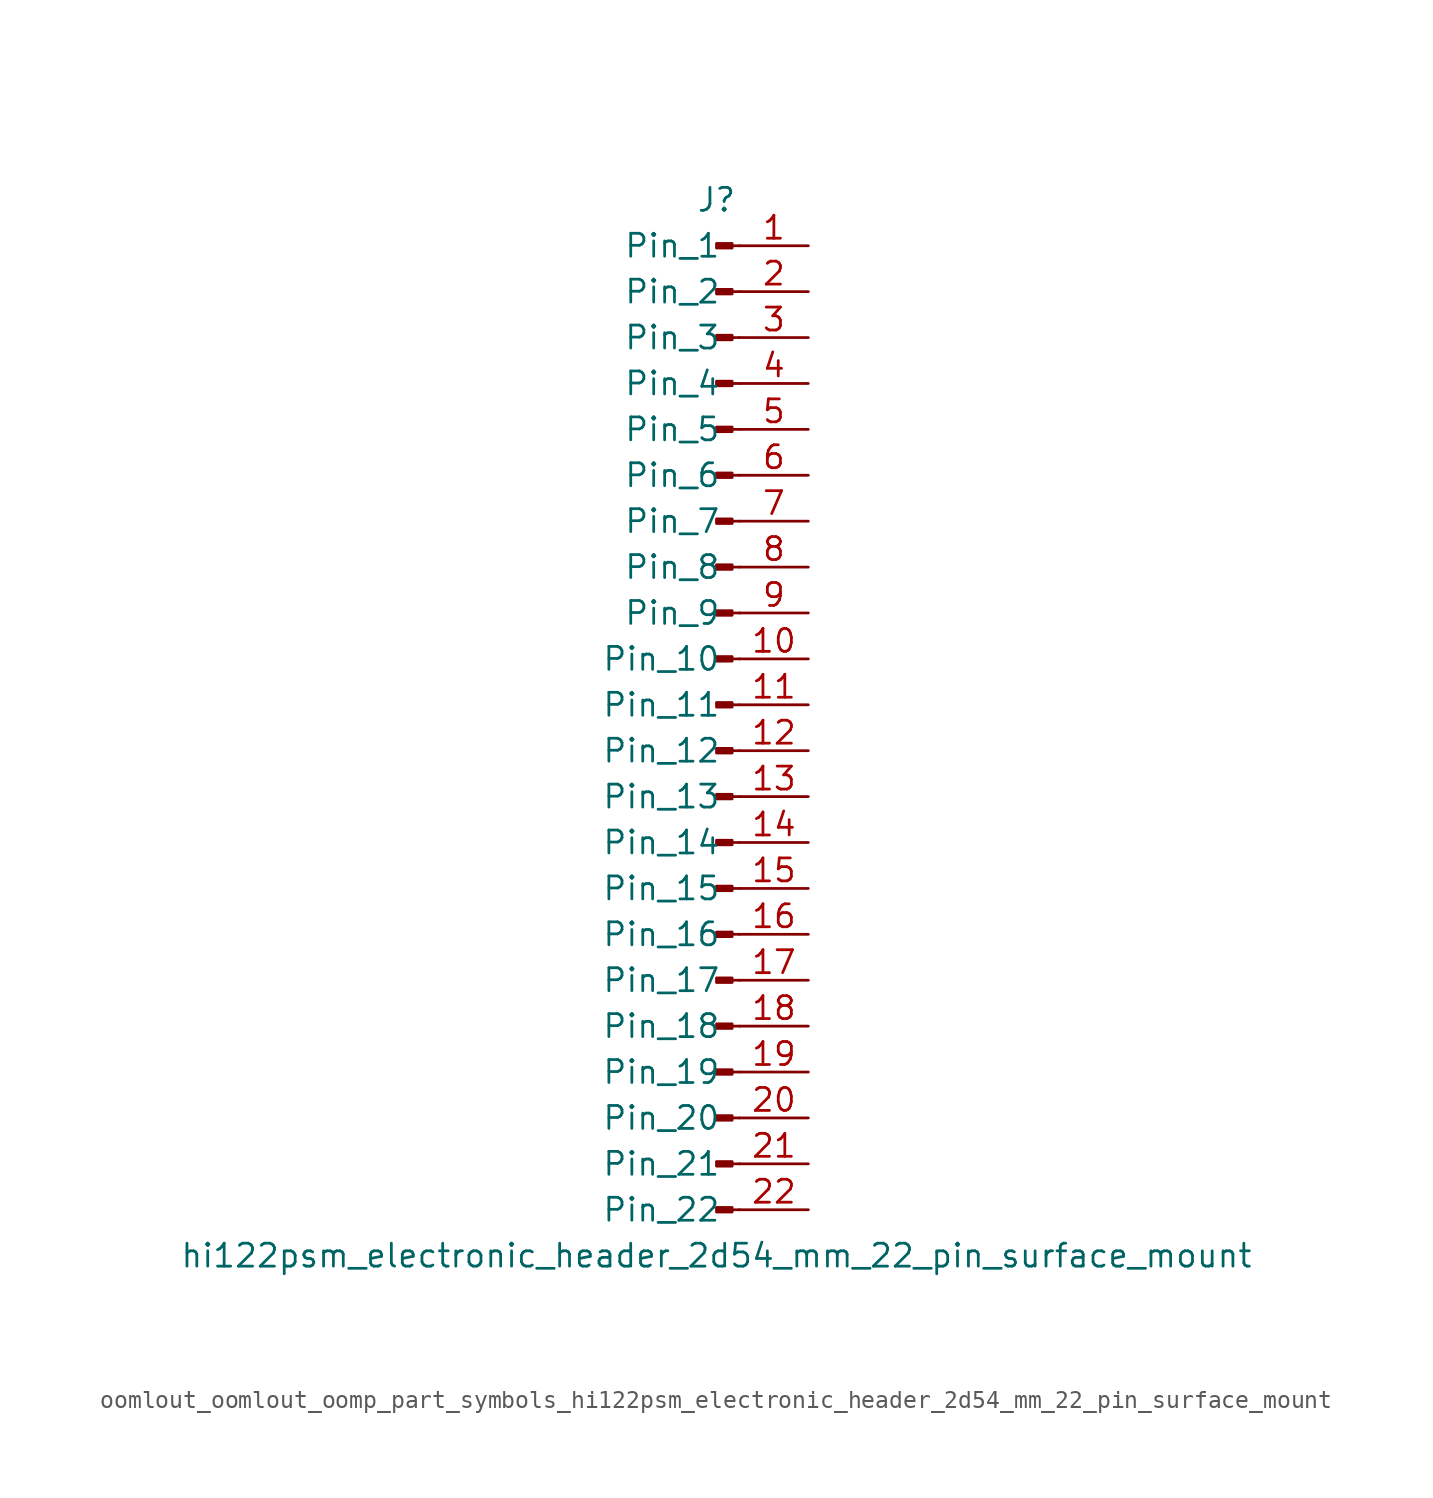
<source format=kicad_sym>
(kicad_symbol_lib
  (version 20220914)
  (generator kicad_symbol_editor)
  (symbol "oomlout_oomlout_oomp_part_symbols_hi122psm_electronic_header_2d54_mm_22_pin_surface_mount"
    (pin_names
      (offset 1.016))
    (property "Reference" "J"
      (at 0 27.94 0)
      (effects (font (size 1.27 1.27))))
    (property "Value" "hi122psm_electronic_header_2d54_mm_22_pin_surface_mount"
      (at 0 -30.48 0)
      (effects (font (size 1.27 1.27))))
    (property "ki_locked" ""
      (at 0 0 0)
      (effects (font (size 1.27 1.27))))
    (symbol "oomlout_oomlout_oomp_part_symbols_hi122psm_electronic_header_2d54_mm_22_pin_surface_mount_1_1"
      (polyline (pts (xy 1.27 -27.94) (xy 0.864 -27.94)) (stroke (width 0.152) (type default)) (fill (type none)))
      (polyline (pts (xy 1.27 -25.4) (xy 0.864 -25.4)) (stroke (width 0.152) (type default)) (fill (type none)))
      (polyline (pts (xy 1.27 -22.86) (xy 0.864 -22.86)) (stroke (width 0.152) (type default)) (fill (type none)))
      (polyline (pts (xy 1.27 -20.32) (xy 0.864 -20.32)) (stroke (width 0.152) (type default)) (fill (type none)))
      (polyline (pts (xy 1.27 -17.78) (xy 0.864 -17.78)) (stroke (width 0.152) (type default)) (fill (type none)))
      (polyline (pts (xy 1.27 -15.24) (xy 0.864 -15.24)) (stroke (width 0.152) (type default)) (fill (type none)))
      (polyline (pts (xy 1.27 -12.7) (xy 0.864 -12.7)) (stroke (width 0.152) (type default)) (fill (type none)))
      (polyline (pts (xy 1.27 -10.16) (xy 0.864 -10.16)) (stroke (width 0.152) (type default)) (fill (type none)))
      (polyline (pts (xy 1.27 -7.62) (xy 0.864 -7.62)) (stroke (width 0.152) (type default)) (fill (type none)))
      (polyline (pts (xy 1.27 -5.08) (xy 0.864 -5.08)) (stroke (width 0.152) (type default)) (fill (type none)))
      (polyline (pts (xy 1.27 -2.54) (xy 0.864 -2.54)) (stroke (width 0.152) (type default)) (fill (type none)))
      (polyline (pts (xy 1.27 0) (xy 0.864 0)) (stroke (width 0.152) (type default)) (fill (type none)))
      (polyline (pts (xy 1.27 2.54) (xy 0.864 2.54)) (stroke (width 0.152) (type default)) (fill (type none)))
      (polyline (pts (xy 1.27 5.08) (xy 0.864 5.08)) (stroke (width 0.152) (type default)) (fill (type none)))
      (polyline (pts (xy 1.27 7.62) (xy 0.864 7.62)) (stroke (width 0.152) (type default)) (fill (type none)))
      (polyline (pts (xy 1.27 10.16) (xy 0.864 10.16)) (stroke (width 0.152) (type default)) (fill (type none)))
      (polyline (pts (xy 1.27 12.7) (xy 0.864 12.7)) (stroke (width 0.152) (type default)) (fill (type none)))
      (polyline (pts (xy 1.27 15.24) (xy 0.864 15.24)) (stroke (width 0.152) (type default)) (fill (type none)))
      (polyline (pts (xy 1.27 17.78) (xy 0.864 17.78)) (stroke (width 0.152) (type default)) (fill (type none)))
      (polyline (pts (xy 1.27 20.32) (xy 0.864 20.32)) (stroke (width 0.152) (type default)) (fill (type none)))
      (polyline (pts (xy 1.27 22.86) (xy 0.864 22.86)) (stroke (width 0.152) (type default)) (fill (type none)))
      (polyline (pts (xy 1.27 25.4) (xy 0.864 25.4)) (stroke (width 0.152) (type default)) (fill (type none)))
      (rectangle (start 0.864 -27.813) (end 0 -28.067) (stroke (width 0.152) (type default)) (fill (type outline)))
      (rectangle (start 0.864 -25.273) (end 0 -25.527) (stroke (width 0.152) (type default)) (fill (type outline)))
      (rectangle (start 0.864 -22.733) (end 0 -22.987) (stroke (width 0.152) (type default)) (fill (type outline)))
      (rectangle (start 0.864 -20.193) (end 0 -20.447) (stroke (width 0.152) (type default)) (fill (type outline)))
      (rectangle (start 0.864 -17.653) (end 0 -17.907) (stroke (width 0.152) (type default)) (fill (type outline)))
      (rectangle (start 0.864 -15.113) (end 0 -15.367) (stroke (width 0.152) (type default)) (fill (type outline)))
      (rectangle (start 0.864 -12.573) (end 0 -12.827) (stroke (width 0.152) (type default)) (fill (type outline)))
      (rectangle (start 0.864 -10.033) (end 0 -10.287) (stroke (width 0.152) (type default)) (fill (type outline)))
      (rectangle (start 0.864 -7.493) (end 0 -7.747) (stroke (width 0.152) (type default)) (fill (type outline)))
      (rectangle (start 0.864 -4.953) (end 0 -5.207) (stroke (width 0.152) (type default)) (fill (type outline)))
      (rectangle (start 0.864 -2.413) (end 0 -2.667) (stroke (width 0.152) (type default)) (fill (type outline)))
      (rectangle (start 0.864 0.127) (end 0 -0.127) (stroke (width 0.152) (type default)) (fill (type outline)))
      (rectangle (start 0.864 2.667) (end 0 2.413) (stroke (width 0.152) (type default)) (fill (type outline)))
      (rectangle (start 0.864 5.207) (end 0 4.953) (stroke (width 0.152) (type default)) (fill (type outline)))
      (rectangle (start 0.864 7.747) (end 0 7.493) (stroke (width 0.152) (type default)) (fill (type outline)))
      (rectangle (start 0.864 10.287) (end 0 10.033) (stroke (width 0.152) (type default)) (fill (type outline)))
      (rectangle (start 0.864 12.827) (end 0 12.573) (stroke (width 0.152) (type default)) (fill (type outline)))
      (rectangle (start 0.864 15.367) (end 0 15.113) (stroke (width 0.152) (type default)) (fill (type outline)))
      (rectangle (start 0.864 17.907) (end 0 17.653) (stroke (width 0.152) (type default)) (fill (type outline)))
      (rectangle (start 0.864 20.447) (end 0 20.193) (stroke (width 0.152) (type default)) (fill (type outline)))
      (rectangle (start 0.864 22.987) (end 0 22.733) (stroke (width 0.152) (type default)) (fill (type outline)))
      (rectangle (start 0.864 25.527) (end 0 25.273) (stroke (width 0.152) (type default)) (fill (type outline)))
      (pin passive line (at 5.08 25.4 180) (length 3.81) (name "Pin_1" (effects (font (size 1.27 1.27)))) (number "1" (effects (font (size 1.27 1.27)))))
      (pin passive line (at 5.08 2.54 180) (length 3.81) (name "Pin_10" (effects (font (size 1.27 1.27)))) (number "10" (effects (font (size 1.27 1.27)))))
      (pin passive line (at 5.08 0 180) (length 3.81) (name "Pin_11" (effects (font (size 1.27 1.27)))) (number "11" (effects (font (size 1.27 1.27)))))
      (pin passive line (at 5.08 -2.54 180) (length 3.81) (name "Pin_12" (effects (font (size 1.27 1.27)))) (number "12" (effects (font (size 1.27 1.27)))))
      (pin passive line (at 5.08 -5.08 180) (length 3.81) (name "Pin_13" (effects (font (size 1.27 1.27)))) (number "13" (effects (font (size 1.27 1.27)))))
      (pin passive line (at 5.08 -7.62 180) (length 3.81) (name "Pin_14" (effects (font (size 1.27 1.27)))) (number "14" (effects (font (size 1.27 1.27)))))
      (pin passive line (at 5.08 -10.16 180) (length 3.81) (name "Pin_15" (effects (font (size 1.27 1.27)))) (number "15" (effects (font (size 1.27 1.27)))))
      (pin passive line (at 5.08 -12.7 180) (length 3.81) (name "Pin_16" (effects (font (size 1.27 1.27)))) (number "16" (effects (font (size 1.27 1.27)))))
      (pin passive line (at 5.08 -15.24 180) (length 3.81) (name "Pin_17" (effects (font (size 1.27 1.27)))) (number "17" (effects (font (size 1.27 1.27)))))
      (pin passive line (at 5.08 -17.78 180) (length 3.81) (name "Pin_18" (effects (font (size 1.27 1.27)))) (number "18" (effects (font (size 1.27 1.27)))))
      (pin passive line (at 5.08 -20.32 180) (length 3.81) (name "Pin_19" (effects (font (size 1.27 1.27)))) (number "19" (effects (font (size 1.27 1.27)))))
      (pin passive line (at 5.08 22.86 180) (length 3.81) (name "Pin_2" (effects (font (size 1.27 1.27)))) (number "2" (effects (font (size 1.27 1.27)))))
      (pin passive line (at 5.08 -22.86 180) (length 3.81) (name "Pin_20" (effects (font (size 1.27 1.27)))) (number "20" (effects (font (size 1.27 1.27)))))
      (pin passive line (at 5.08 -25.4 180) (length 3.81) (name "Pin_21" (effects (font (size 1.27 1.27)))) (number "21" (effects (font (size 1.27 1.27)))))
      (pin passive line (at 5.08 -27.94 180) (length 3.81) (name "Pin_22" (effects (font (size 1.27 1.27)))) (number "22" (effects (font (size 1.27 1.27)))))
      (pin passive line (at 5.08 20.32 180) (length 3.81) (name "Pin_3" (effects (font (size 1.27 1.27)))) (number "3" (effects (font (size 1.27 1.27)))))
      (pin passive line (at 5.08 17.78 180) (length 3.81) (name "Pin_4" (effects (font (size 1.27 1.27)))) (number "4" (effects (font (size 1.27 1.27)))))
      (pin passive line (at 5.08 15.24 180) (length 3.81) (name "Pin_5" (effects (font (size 1.27 1.27)))) (number "5" (effects (font (size 1.27 1.27)))))
      (pin passive line (at 5.08 12.7 180) (length 3.81) (name "Pin_6" (effects (font (size 1.27 1.27)))) (number "6" (effects (font (size 1.27 1.27)))))
      (pin passive line (at 5.08 10.16 180) (length 3.81) (name "Pin_7" (effects (font (size 1.27 1.27)))) (number "7" (effects (font (size 1.27 1.27)))))
      (pin passive line (at 5.08 7.62 180) (length 3.81) (name "Pin_8" (effects (font (size 1.27 1.27)))) (number "8" (effects (font (size 1.27 1.27)))))
      (pin passive line (at 5.08 5.08 180) (length 3.81) (name "Pin_9" (effects (font (size 1.27 1.27)))) (number "9" (effects (font (size 1.27 1.27))))))))
</source>
